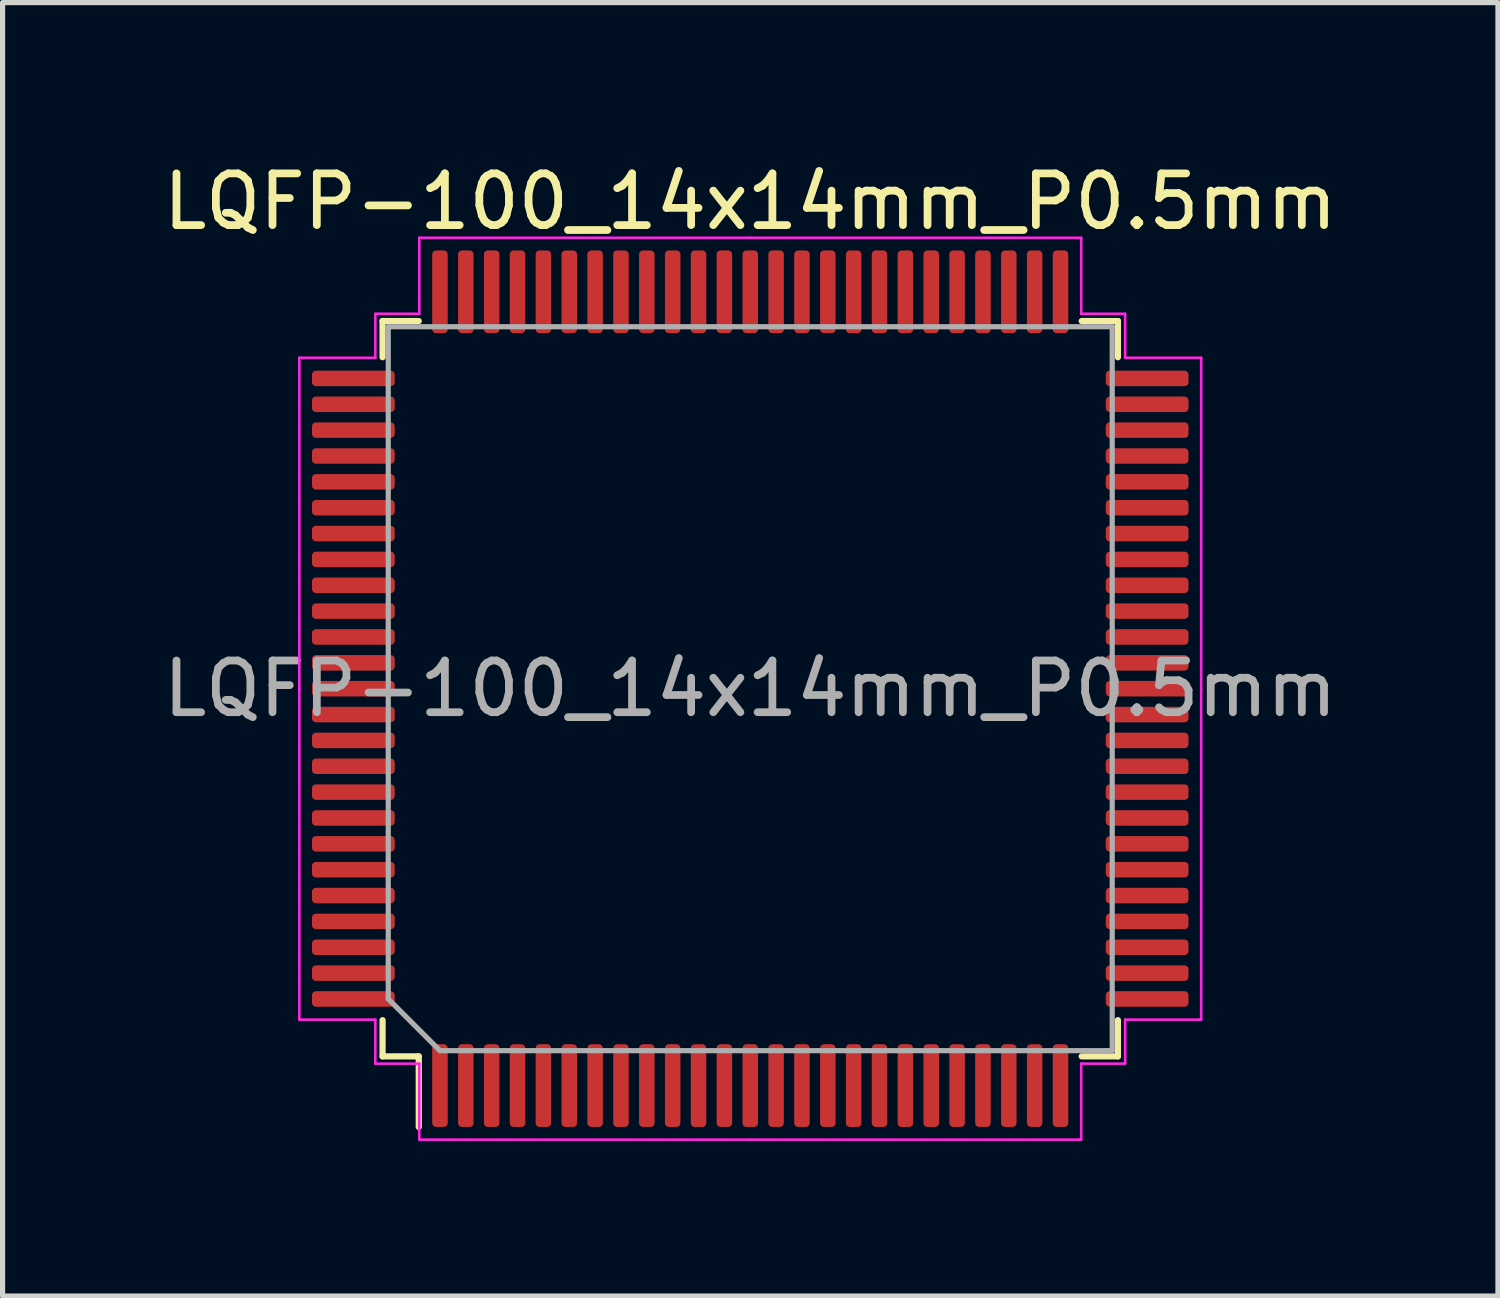
<source format=kicad_pcb>
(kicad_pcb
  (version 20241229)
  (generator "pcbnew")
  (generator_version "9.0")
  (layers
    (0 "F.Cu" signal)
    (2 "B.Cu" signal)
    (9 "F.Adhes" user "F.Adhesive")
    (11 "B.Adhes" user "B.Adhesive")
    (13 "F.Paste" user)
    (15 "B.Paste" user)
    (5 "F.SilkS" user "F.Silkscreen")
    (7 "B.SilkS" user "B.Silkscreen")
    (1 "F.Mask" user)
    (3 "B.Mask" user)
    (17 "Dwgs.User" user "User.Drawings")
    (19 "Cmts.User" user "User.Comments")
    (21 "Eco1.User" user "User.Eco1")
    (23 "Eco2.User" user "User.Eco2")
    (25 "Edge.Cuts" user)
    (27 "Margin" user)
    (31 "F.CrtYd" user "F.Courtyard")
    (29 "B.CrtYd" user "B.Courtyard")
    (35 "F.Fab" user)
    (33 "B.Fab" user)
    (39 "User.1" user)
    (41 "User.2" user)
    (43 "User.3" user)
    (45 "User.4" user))
  (footprint "LQFP-100_14x14mm_P0.5mm"
    (layer "F.Cu")
    (at 11.458 10.268)
    (property "Reference" "LQFP-100_14x14mm_P0.5mm" (at 0 -9.42 0) (layer "F.SilkS") (effects (font (size 1 1) (thickness 0.15))))
    (attr smd)
    (fp_line (start -7.11 -7.11) (end -6.41 -7.11) (stroke (width 0.12) (type solid)) (layer "F.SilkS"))
    (fp_line (start -7.11 -6.41) (end -7.11 -7.11) (stroke (width 0.12) (type solid)) (layer "F.SilkS"))
    (fp_line (start -7.11 6.41) (end -7.11 7.11) (stroke (width 0.12) (type solid)) (layer "F.SilkS"))
    (fp_line (start -7.11 7.11) (end -6.41 7.11) (stroke (width 0.12) (type solid)) (layer "F.SilkS"))
    (fp_line (start -6.41 7.11) (end -6.41 8.475) (stroke (width 0.12) (type solid)) (layer "F.SilkS"))
    (fp_line (start 7.11 -7.11) (end 6.41 -7.11) (stroke (width 0.12) (type solid)) (layer "F.SilkS"))
    (fp_line (start 7.11 -6.41) (end 7.11 -7.11) (stroke (width 0.12) (type solid)) (layer "F.SilkS"))
    (fp_line (start 7.11 6.41) (end 7.11 7.11) (stroke (width 0.12) (type solid)) (layer "F.SilkS"))
    (fp_line (start 7.11 7.11) (end 6.41 7.11) (stroke (width 0.12) (type solid)) (layer "F.SilkS"))
    (fp_line (start -8.72 -6.4) (end -7.25 -6.4) (stroke (width 0.05) (type solid)) (layer "F.CrtYd"))
    (fp_line (start -8.72 0) (end -8.72 -6.4) (stroke (width 0.05) (type solid)) (layer "F.CrtYd"))
    (fp_line (start -8.72 0) (end -8.72 6.4) (stroke (width 0.05) (type solid)) (layer "F.CrtYd"))
    (fp_line (start -8.72 6.4) (end -7.25 6.4) (stroke (width 0.05) (type solid)) (layer "F.CrtYd"))
    (fp_line (start -7.25 -7.25) (end -6.4 -7.25) (stroke (width 0.05) (type solid)) (layer "F.CrtYd"))
    (fp_line (start -7.25 -6.4) (end -7.25 -7.25) (stroke (width 0.05) (type solid)) (layer "F.CrtYd"))
    (fp_line (start -7.25 6.4) (end -7.25 7.25) (stroke (width 0.05) (type solid)) (layer "F.CrtYd"))
    (fp_line (start -7.25 7.25) (end -6.4 7.25) (stroke (width 0.05) (type solid)) (layer "F.CrtYd"))
    (fp_line (start -6.4 -8.72) (end 0 -8.72) (stroke (width 0.05) (type solid)) (layer "F.CrtYd"))
    (fp_line (start -6.4 -7.25) (end -6.4 -8.72) (stroke (width 0.05) (type solid)) (layer "F.CrtYd"))
    (fp_line (start -6.4 7.25) (end -6.4 8.72) (stroke (width 0.05) (type solid)) (layer "F.CrtYd"))
    (fp_line (start -6.4 8.72) (end 0 8.72) (stroke (width 0.05) (type solid)) (layer "F.CrtYd"))
    (fp_line (start 6.4 -8.72) (end 0 -8.72) (stroke (width 0.05) (type solid)) (layer "F.CrtYd"))
    (fp_line (start 6.4 -7.25) (end 6.4 -8.72) (stroke (width 0.05) (type solid)) (layer "F.CrtYd"))
    (fp_line (start 6.4 7.25) (end 6.4 8.72) (stroke (width 0.05) (type solid)) (layer "F.CrtYd"))
    (fp_line (start 6.4 8.72) (end 0 8.72) (stroke (width 0.05) (type solid)) (layer "F.CrtYd"))
    (fp_line (start 7.25 -7.25) (end 6.4 -7.25) (stroke (width 0.05) (type solid)) (layer "F.CrtYd"))
    (fp_line (start 7.25 -6.4) (end 7.25 -7.25) (stroke (width 0.05) (type solid)) (layer "F.CrtYd"))
    (fp_line (start 7.25 6.4) (end 7.25 7.25) (stroke (width 0.05) (type solid)) (layer "F.CrtYd"))
    (fp_line (start 7.25 7.25) (end 6.4 7.25) (stroke (width 0.05) (type solid)) (layer "F.CrtYd"))
    (fp_line (start 8.72 -6.4) (end 7.25 -6.4) (stroke (width 0.05) (type solid)) (layer "F.CrtYd"))
    (fp_line (start 8.72 0) (end 8.72 -6.4) (stroke (width 0.05) (type solid)) (layer "F.CrtYd"))
    (fp_line (start 8.72 0) (end 8.72 6.4) (stroke (width 0.05) (type solid)) (layer "F.CrtYd"))
    (fp_line (start 8.72 6.4) (end 7.25 6.4) (stroke (width 0.05) (type solid)) (layer "F.CrtYd"))
    (fp_line (start -7 -7) (end 7 -7) (stroke (width 0.1) (type solid)) (layer "F.Fab"))
    (fp_line (start -7 6) (end -7 -7) (stroke (width 0.1) (type solid)) (layer "F.Fab"))
    (fp_line (start -6 7) (end -7 6) (stroke (width 0.1) (type solid)) (layer "F.Fab"))
    (fp_line (start 7 -7) (end 7 7) (stroke (width 0.1) (type solid)) (layer "F.Fab"))
    (fp_line (start 7 7) (end -6 7) (stroke (width 0.1) (type solid)) (layer "F.Fab"))
    (fp_text user "${REFERENCE}" (at 0 0 0) (layer "F.Fab") (effects (font (size 1 1) (thickness 0.15))))
    (pad "1" smd roundrect (at -6 7.675 90) (size 1.6 0.3) (layers "F.Cu" "F.Mask" "F.Paste") (roundrect_rratio 0.25))
    (pad "2" smd roundrect (at -5.5 7.675 90) (size 1.6 0.3) (layers "F.Cu" "F.Mask" "F.Paste") (roundrect_rratio 0.25))
    (pad "3" smd roundrect (at -5 7.675 90) (size 1.6 0.3) (layers "F.Cu" "F.Mask" "F.Paste") (roundrect_rratio 0.25))
    (pad "4" smd roundrect (at -4.5 7.675 90) (size 1.6 0.3) (layers "F.Cu" "F.Mask" "F.Paste") (roundrect_rratio 0.25))
    (pad "5" smd roundrect (at -4 7.675 90) (size 1.6 0.3) (layers "F.Cu" "F.Mask" "F.Paste") (roundrect_rratio 0.25))
    (pad "6" smd roundrect (at -3.5 7.675 90) (size 1.6 0.3) (layers "F.Cu" "F.Mask" "F.Paste") (roundrect_rratio 0.25))
    (pad "7" smd roundrect (at -3 7.675 90) (size 1.6 0.3) (layers "F.Cu" "F.Mask" "F.Paste") (roundrect_rratio 0.25))
    (pad "8" smd roundrect (at -2.5 7.675 90) (size 1.6 0.3) (layers "F.Cu" "F.Mask" "F.Paste") (roundrect_rratio 0.25))
    (pad "9" smd roundrect (at -2 7.675 90) (size 1.6 0.3) (layers "F.Cu" "F.Mask" "F.Paste") (roundrect_rratio 0.25))
    (pad "10" smd roundrect (at -1.5 7.675 90) (size 1.6 0.3) (layers "F.Cu" "F.Mask" "F.Paste") (roundrect_rratio 0.25))
    (pad "11" smd roundrect (at -1 7.675 90) (size 1.6 0.3) (layers "F.Cu" "F.Mask" "F.Paste") (roundrect_rratio 0.25))
    (pad "12" smd roundrect (at -0.5 7.675 90) (size 1.6 0.3) (layers "F.Cu" "F.Mask" "F.Paste") (roundrect_rratio 0.25))
    (pad "13" smd roundrect (at 0 7.675 90) (size 1.6 0.3) (layers "F.Cu" "F.Mask" "F.Paste") (roundrect_rratio 0.25))
    (pad "14" smd roundrect (at 0.5 7.675 90) (size 1.6 0.3) (layers "F.Cu" "F.Mask" "F.Paste") (roundrect_rratio 0.25))
    (pad "15" smd roundrect (at 1 7.675 90) (size 1.6 0.3) (layers "F.Cu" "F.Mask" "F.Paste") (roundrect_rratio 0.25))
    (pad "16" smd roundrect (at 1.5 7.675 90) (size 1.6 0.3) (layers "F.Cu" "F.Mask" "F.Paste") (roundrect_rratio 0.25))
    (pad "17" smd roundrect (at 2 7.675 90) (size 1.6 0.3) (layers "F.Cu" "F.Mask" "F.Paste") (roundrect_rratio 0.25))
    (pad "18" smd roundrect (at 2.5 7.675 90) (size 1.6 0.3) (layers "F.Cu" "F.Mask" "F.Paste") (roundrect_rratio 0.25))
    (pad "19" smd roundrect (at 3 7.675 90) (size 1.6 0.3) (layers "F.Cu" "F.Mask" "F.Paste") (roundrect_rratio 0.25))
    (pad "20" smd roundrect (at 3.5 7.675 90) (size 1.6 0.3) (layers "F.Cu" "F.Mask" "F.Paste") (roundrect_rratio 0.25))
    (pad "21" smd roundrect (at 4 7.675 90) (size 1.6 0.3) (layers "F.Cu" "F.Mask" "F.Paste") (roundrect_rratio 0.25))
    (pad "22" smd roundrect (at 4.5 7.675 90) (size 1.6 0.3) (layers "F.Cu" "F.Mask" "F.Paste") (roundrect_rratio 0.25))
    (pad "23" smd roundrect (at 5 7.675 90) (size 1.6 0.3) (layers "F.Cu" "F.Mask" "F.Paste") (roundrect_rratio 0.25))
    (pad "24" smd roundrect (at 5.5 7.675 90) (size 1.6 0.3) (layers "F.Cu" "F.Mask" "F.Paste") (roundrect_rratio 0.25))
    (pad "25" smd roundrect (at 6 7.675 90) (size 1.6 0.3) (layers "F.Cu" "F.Mask" "F.Paste") (roundrect_rratio 0.25))
    (pad "26" smd roundrect (at 7.675 6 90) (size 0.3 1.6) (layers "F.Cu" "F.Mask" "F.Paste") (roundrect_rratio 0.25))
    (pad "27" smd roundrect (at 7.675 5.5 90) (size 0.3 1.6) (layers "F.Cu" "F.Mask" "F.Paste") (roundrect_rratio 0.25))
    (pad "28" smd roundrect (at 7.675 5 90) (size 0.3 1.6) (layers "F.Cu" "F.Mask" "F.Paste") (roundrect_rratio 0.25))
    (pad "29" smd roundrect (at 7.675 4.5 90) (size 0.3 1.6) (layers "F.Cu" "F.Mask" "F.Paste") (roundrect_rratio 0.25))
    (pad "30" smd roundrect (at 7.675 4 90) (size 0.3 1.6) (layers "F.Cu" "F.Mask" "F.Paste") (roundrect_rratio 0.25))
    (pad "31" smd roundrect (at 7.675 3.5 90) (size 0.3 1.6) (layers "F.Cu" "F.Mask" "F.Paste") (roundrect_rratio 0.25))
    (pad "32" smd roundrect (at 7.675 3 90) (size 0.3 1.6) (layers "F.Cu" "F.Mask" "F.Paste") (roundrect_rratio 0.25))
    (pad "33" smd roundrect (at 7.675 2.5 90) (size 0.3 1.6) (layers "F.Cu" "F.Mask" "F.Paste") (roundrect_rratio 0.25))
    (pad "34" smd roundrect (at 7.675 2 90) (size 0.3 1.6) (layers "F.Cu" "F.Mask" "F.Paste") (roundrect_rratio 0.25))
    (pad "35" smd roundrect (at 7.675 1.5 90) (size 0.3 1.6) (layers "F.Cu" "F.Mask" "F.Paste") (roundrect_rratio 0.25))
    (pad "36" smd roundrect (at 7.675 1 90) (size 0.3 1.6) (layers "F.Cu" "F.Mask" "F.Paste") (roundrect_rratio 0.25))
    (pad "37" smd roundrect (at 7.675 0.5 90) (size 0.3 1.6) (layers "F.Cu" "F.Mask" "F.Paste") (roundrect_rratio 0.25))
    (pad "38" smd roundrect (at 7.675 0 90) (size 0.3 1.6) (layers "F.Cu" "F.Mask" "F.Paste") (roundrect_rratio 0.25))
    (pad "39" smd roundrect (at 7.675 -0.5 90) (size 0.3 1.6) (layers "F.Cu" "F.Mask" "F.Paste") (roundrect_rratio 0.25))
    (pad "40" smd roundrect (at 7.675 -1 90) (size 0.3 1.6) (layers "F.Cu" "F.Mask" "F.Paste") (roundrect_rratio 0.25))
    (pad "41" smd roundrect (at 7.675 -1.5 90) (size 0.3 1.6) (layers "F.Cu" "F.Mask" "F.Paste") (roundrect_rratio 0.25))
    (pad "42" smd roundrect (at 7.675 -2 90) (size 0.3 1.6) (layers "F.Cu" "F.Mask" "F.Paste") (roundrect_rratio 0.25))
    (pad "43" smd roundrect (at 7.675 -2.5 90) (size 0.3 1.6) (layers "F.Cu" "F.Mask" "F.Paste") (roundrect_rratio 0.25))
    (pad "44" smd roundrect (at 7.675 -3 90) (size 0.3 1.6) (layers "F.Cu" "F.Mask" "F.Paste") (roundrect_rratio 0.25))
    (pad "45" smd roundrect (at 7.675 -3.5 90) (size 0.3 1.6) (layers "F.Cu" "F.Mask" "F.Paste") (roundrect_rratio 0.25))
    (pad "46" smd roundrect (at 7.675 -4 90) (size 0.3 1.6) (layers "F.Cu" "F.Mask" "F.Paste") (roundrect_rratio 0.25))
    (pad "47" smd roundrect (at 7.675 -4.5 90) (size 0.3 1.6) (layers "F.Cu" "F.Mask" "F.Paste") (roundrect_rratio 0.25))
    (pad "48" smd roundrect (at 7.675 -5 90) (size 0.3 1.6) (layers "F.Cu" "F.Mask" "F.Paste") (roundrect_rratio 0.25))
    (pad "49" smd roundrect (at 7.675 -5.5 90) (size 0.3 1.6) (layers "F.Cu" "F.Mask" "F.Paste") (roundrect_rratio 0.25))
    (pad "50" smd roundrect (at 7.675 -6 90) (size 0.3 1.6) (layers "F.Cu" "F.Mask" "F.Paste") (roundrect_rratio 0.25))
    (pad "51" smd roundrect (at 6 -7.675 90) (size 1.6 0.3) (layers "F.Cu" "F.Mask" "F.Paste") (roundrect_rratio 0.25))
    (pad "52" smd roundrect (at 5.5 -7.675 90) (size 1.6 0.3) (layers "F.Cu" "F.Mask" "F.Paste") (roundrect_rratio 0.25))
    (pad "53" smd roundrect (at 5 -7.675 90) (size 1.6 0.3) (layers "F.Cu" "F.Mask" "F.Paste") (roundrect_rratio 0.25))
    (pad "54" smd roundrect (at 4.5 -7.675 90) (size 1.6 0.3) (layers "F.Cu" "F.Mask" "F.Paste") (roundrect_rratio 0.25))
    (pad "55" smd roundrect (at 4 -7.675 90) (size 1.6 0.3) (layers "F.Cu" "F.Mask" "F.Paste") (roundrect_rratio 0.25))
    (pad "56" smd roundrect (at 3.5 -7.675 90) (size 1.6 0.3) (layers "F.Cu" "F.Mask" "F.Paste") (roundrect_rratio 0.25))
    (pad "57" smd roundrect (at 3 -7.675 90) (size 1.6 0.3) (layers "F.Cu" "F.Mask" "F.Paste") (roundrect_rratio 0.25))
    (pad "58" smd roundrect (at 2.5 -7.675 90) (size 1.6 0.3) (layers "F.Cu" "F.Mask" "F.Paste") (roundrect_rratio 0.25))
    (pad "59" smd roundrect (at 2 -7.675 90) (size 1.6 0.3) (layers "F.Cu" "F.Mask" "F.Paste") (roundrect_rratio 0.25))
    (pad "60" smd roundrect (at 1.5 -7.675 90) (size 1.6 0.3) (layers "F.Cu" "F.Mask" "F.Paste") (roundrect_rratio 0.25))
    (pad "61" smd roundrect (at 1 -7.675 90) (size 1.6 0.3) (layers "F.Cu" "F.Mask" "F.Paste") (roundrect_rratio 0.25))
    (pad "62" smd roundrect (at 0.5 -7.675 90) (size 1.6 0.3) (layers "F.Cu" "F.Mask" "F.Paste") (roundrect_rratio 0.25))
    (pad "63" smd roundrect (at 0 -7.675 90) (size 1.6 0.3) (layers "F.Cu" "F.Mask" "F.Paste") (roundrect_rratio 0.25))
    (pad "64" smd roundrect (at -0.5 -7.675 90) (size 1.6 0.3) (layers "F.Cu" "F.Mask" "F.Paste") (roundrect_rratio 0.25))
    (pad "65" smd roundrect (at -1 -7.675 90) (size 1.6 0.3) (layers "F.Cu" "F.Mask" "F.Paste") (roundrect_rratio 0.25))
    (pad "66" smd roundrect (at -1.5 -7.675 90) (size 1.6 0.3) (layers "F.Cu" "F.Mask" "F.Paste") (roundrect_rratio 0.25))
    (pad "67" smd roundrect (at -2 -7.675 90) (size 1.6 0.3) (layers "F.Cu" "F.Mask" "F.Paste") (roundrect_rratio 0.25))
    (pad "68" smd roundrect (at -2.5 -7.675 90) (size 1.6 0.3) (layers "F.Cu" "F.Mask" "F.Paste") (roundrect_rratio 0.25))
    (pad "69" smd roundrect (at -3 -7.675 90) (size 1.6 0.3) (layers "F.Cu" "F.Mask" "F.Paste") (roundrect_rratio 0.25))
    (pad "70" smd roundrect (at -3.5 -7.675 90) (size 1.6 0.3) (layers "F.Cu" "F.Mask" "F.Paste") (roundrect_rratio 0.25))
    (pad "71" smd roundrect (at -4 -7.675 90) (size 1.6 0.3) (layers "F.Cu" "F.Mask" "F.Paste") (roundrect_rratio 0.25))
    (pad "72" smd roundrect (at -4.5 -7.675 90) (size 1.6 0.3) (layers "F.Cu" "F.Mask" "F.Paste") (roundrect_rratio 0.25))
    (pad "73" smd roundrect (at -5 -7.675 90) (size 1.6 0.3) (layers "F.Cu" "F.Mask" "F.Paste") (roundrect_rratio 0.25))
    (pad "74" smd roundrect (at -5.5 -7.675 90) (size 1.6 0.3) (layers "F.Cu" "F.Mask" "F.Paste") (roundrect_rratio 0.25))
    (pad "75" smd roundrect (at -6 -7.675 90) (size 1.6 0.3) (layers "F.Cu" "F.Mask" "F.Paste") (roundrect_rratio 0.25))
    (pad "76" smd roundrect (at -7.675 -6 90) (size 0.3 1.6) (layers "F.Cu" "F.Mask" "F.Paste") (roundrect_rratio 0.25))
    (pad "77" smd roundrect (at -7.675 -5.5 90) (size 0.3 1.6) (layers "F.Cu" "F.Mask" "F.Paste") (roundrect_rratio 0.25))
    (pad "78" smd roundrect (at -7.675 -5 90) (size 0.3 1.6) (layers "F.Cu" "F.Mask" "F.Paste") (roundrect_rratio 0.25))
    (pad "79" smd roundrect (at -7.675 -4.5 90) (size 0.3 1.6) (layers "F.Cu" "F.Mask" "F.Paste") (roundrect_rratio 0.25))
    (pad "80" smd roundrect (at -7.675 -4 90) (size 0.3 1.6) (layers "F.Cu" "F.Mask" "F.Paste") (roundrect_rratio 0.25))
    (pad "81" smd roundrect (at -7.675 -3.5 90) (size 0.3 1.6) (layers "F.Cu" "F.Mask" "F.Paste") (roundrect_rratio 0.25))
    (pad "82" smd roundrect (at -7.675 -3 90) (size 0.3 1.6) (layers "F.Cu" "F.Mask" "F.Paste") (roundrect_rratio 0.25))
    (pad "83" smd roundrect (at -7.675 -2.5 90) (size 0.3 1.6) (layers "F.Cu" "F.Mask" "F.Paste") (roundrect_rratio 0.25))
    (pad "84" smd roundrect (at -7.675 -2 90) (size 0.3 1.6) (layers "F.Cu" "F.Mask" "F.Paste") (roundrect_rratio 0.25))
    (pad "85" smd roundrect (at -7.675 -1.5 90) (size 0.3 1.6) (layers "F.Cu" "F.Mask" "F.Paste") (roundrect_rratio 0.25))
    (pad "86" smd roundrect (at -7.675 -1 90) (size 0.3 1.6) (layers "F.Cu" "F.Mask" "F.Paste") (roundrect_rratio 0.25))
    (pad "87" smd roundrect (at -7.675 -0.5 90) (size 0.3 1.6) (layers "F.Cu" "F.Mask" "F.Paste") (roundrect_rratio 0.25))
    (pad "88" smd roundrect (at -7.675 0 90) (size 0.3 1.6) (layers "F.Cu" "F.Mask" "F.Paste") (roundrect_rratio 0.25))
    (pad "89" smd roundrect (at -7.675 0.5 90) (size 0.3 1.6) (layers "F.Cu" "F.Mask" "F.Paste") (roundrect_rratio 0.25))
    (pad "90" smd roundrect (at -7.675 1 90) (size 0.3 1.6) (layers "F.Cu" "F.Mask" "F.Paste") (roundrect_rratio 0.25))
    (pad "91" smd roundrect (at -7.675 1.5 90) (size 0.3 1.6) (layers "F.Cu" "F.Mask" "F.Paste") (roundrect_rratio 0.25))
    (pad "92" smd roundrect (at -7.675 2 90) (size 0.3 1.6) (layers "F.Cu" "F.Mask" "F.Paste") (roundrect_rratio 0.25))
    (pad "93" smd roundrect (at -7.675 2.5 90) (size 0.3 1.6) (layers "F.Cu" "F.Mask" "F.Paste") (roundrect_rratio 0.25))
    (pad "94" smd roundrect (at -7.675 3 90) (size 0.3 1.6) (layers "F.Cu" "F.Mask" "F.Paste") (roundrect_rratio 0.25))
    (pad "95" smd roundrect (at -7.675 3.5 90) (size 0.3 1.6) (layers "F.Cu" "F.Mask" "F.Paste") (roundrect_rratio 0.25))
    (pad "96" smd roundrect (at -7.675 4 90) (size 0.3 1.6) (layers "F.Cu" "F.Mask" "F.Paste") (roundrect_rratio 0.25))
    (pad "97" smd roundrect (at -7.675 4.5 90) (size 0.3 1.6) (layers "F.Cu" "F.Mask" "F.Paste") (roundrect_rratio 0.25))
    (pad "98" smd roundrect (at -7.675 5 90) (size 0.3 1.6) (layers "F.Cu" "F.Mask" "F.Paste") (roundrect_rratio 0.25))
    (pad "99" smd roundrect (at -7.675 5.5 90) (size 0.3 1.6) (layers "F.Cu" "F.Mask" "F.Paste") (roundrect_rratio 0.25))
    (pad "100" smd roundrect (at -7.675 6 90) (size 0.3 1.6) (layers "F.Cu" "F.Mask" "F.Paste") (roundrect_rratio 0.25)))
  (gr_rect
    (start -3 -3)
    (end 25.917 22.013)
    (stroke (width 0.1) (type default))
    (fill no)
    (layer "Edge.Cuts")))
</source>
